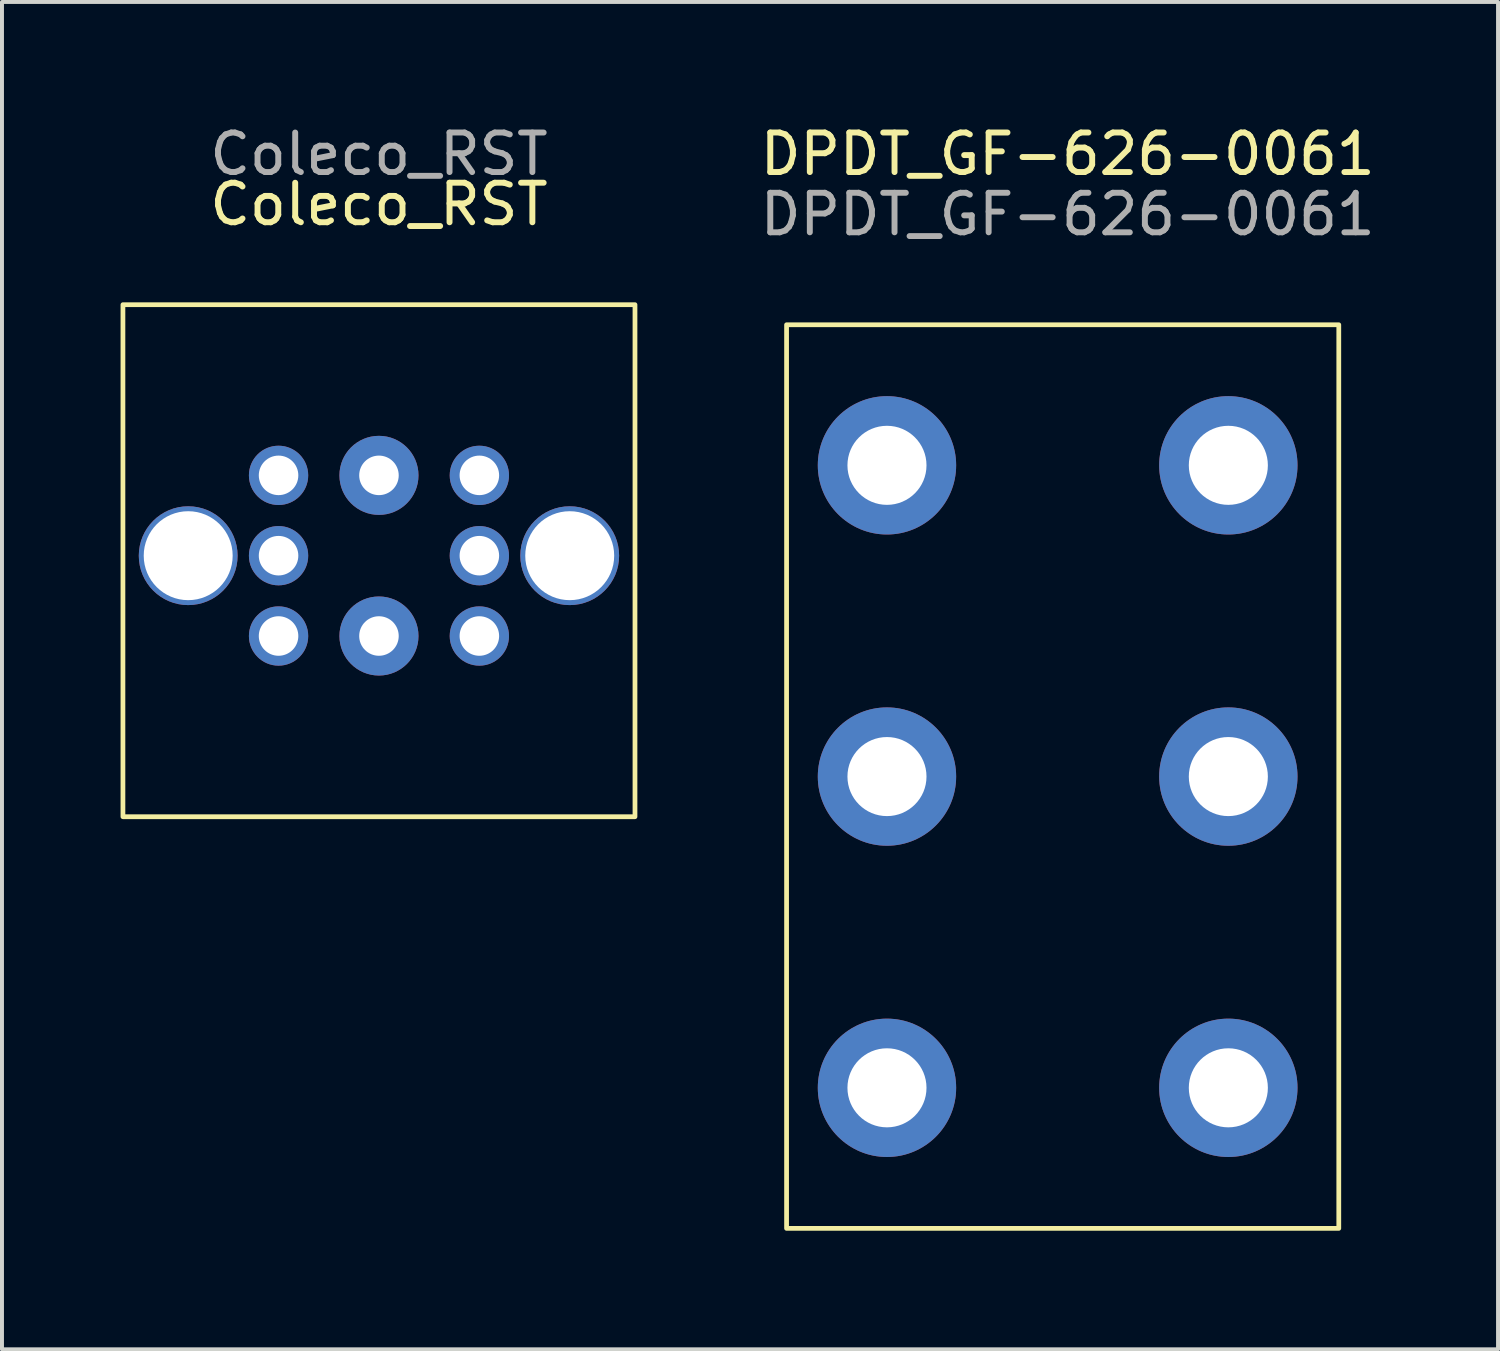
<source format=kicad_pcb>
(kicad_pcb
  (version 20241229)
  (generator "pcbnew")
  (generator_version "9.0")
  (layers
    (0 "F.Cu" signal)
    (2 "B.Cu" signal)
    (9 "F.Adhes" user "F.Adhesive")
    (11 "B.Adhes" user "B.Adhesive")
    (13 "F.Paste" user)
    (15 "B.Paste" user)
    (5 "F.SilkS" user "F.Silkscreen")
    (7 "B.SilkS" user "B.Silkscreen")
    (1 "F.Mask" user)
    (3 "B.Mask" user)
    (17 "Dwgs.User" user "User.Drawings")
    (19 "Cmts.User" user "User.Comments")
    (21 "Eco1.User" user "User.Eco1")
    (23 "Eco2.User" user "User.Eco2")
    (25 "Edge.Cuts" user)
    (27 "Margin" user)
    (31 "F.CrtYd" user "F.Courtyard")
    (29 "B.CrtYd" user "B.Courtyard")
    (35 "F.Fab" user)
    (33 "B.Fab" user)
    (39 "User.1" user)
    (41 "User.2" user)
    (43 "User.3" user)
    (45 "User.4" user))
  (footprint "DPDT_GF-626-0061"
    (layer "F.Cu")
    (at 23.707 5.166)
    (property "Reference" "DPDT_GF-626-0061" (at 0.254 -4.318 0) (unlocked yes) (layer "F.SilkS") (effects (font (size 1 1) (thickness 0.15))))
    (attr through_hole)
    (fp_rect (start -6.858 0) (end 7.112 22.86) (stroke (width 0.12) (type solid)) (fill no) (layer "F.SilkS"))
    (fp_text user "${REFERENCE}" (at 0.254 -2.794 0) (unlocked yes) (layer "F.Fab") (effects (font (size 1 1) (thickness 0.15))))
    (pad "1" thru_hole circle (at -4.318 3.556) (size 3.5 3.5) (drill 2) (layers "*.Cu" "*.Mask"))
    (pad "2" thru_hole circle (at -4.318 11.43) (size 3.5 3.5) (drill 2) (layers "*.Cu" "*.Mask"))
    (pad "3" thru_hole circle (at -4.318 19.304) (size 3.5 3.5) (drill 2) (layers "*.Cu" "*.Mask"))
    (pad "4" thru_hole circle (at 4.318 3.556) (size 3.5 3.5) (drill 2) (layers "*.Cu" "*.Mask"))
    (pad "5" thru_hole circle (at 4.318 11.43) (size 3.5 3.5) (drill 2) (layers "*.Cu" "*.Mask"))
    (pad "6" thru_hole circle (at 4.318 19.304) (size 3.5 3.5) (drill 2) (layers "*.Cu" "*.Mask")))
  (footprint "Coleco_RST"
    (layer "F.Cu")
    (at 6.537 4.658)
    (property "Reference" "Coleco_RST" (at 0 -2.54 0) (unlocked yes) (layer "F.SilkS") (effects (font (size 1 1) (thickness 0.15))))
    (attr through_hole)
    (fp_rect (start -6.477 0) (end 6.477 12.954) (stroke (width 0.12) (type solid)) (fill no) (layer "F.SilkS"))
    (fp_text user "${REFERENCE}" (at 0 -3.81 0) (unlocked yes) (layer "F.Fab") (effects (font (size 1 1) (thickness 0.15))))
    (pad "1" thru_hole circle (at -2.54 4.318) (size 1.5 1.5) (drill 1) (layers "*.Cu" "*.Mask"))
    (pad "1" thru_hole circle (at 0 4.318) (size 2 2) (drill 1) (layers "*.Cu" "*.Mask"))
    (pad "1" thru_hole circle (at 2.54 4.318) (size 1.5 1.5) (drill 1) (layers "*.Cu" "*.Mask"))
    (pad "2" thru_hole circle (at -2.54 6.35) (size 1.5 1.5) (drill 1) (layers "*.Cu" "*.Mask"))
    (pad "2" thru_hole circle (at 0 8.382) (size 2 2) (drill 1) (layers "*.Cu" "*.Mask"))
    (pad "2" thru_hole circle (at 2.54 6.35) (size 1.5 1.5) (drill 1) (layers "*.Cu" "*.Mask"))
    (pad "3" thru_hole circle (at -2.54 8.382) (size 1.5 1.5) (drill 1) (layers "*.Cu" "*.Mask"))
    (pad "3" thru_hole circle (at 2.54 8.382) (size 1.5 1.5) (drill 1) (layers "*.Cu" "*.Mask"))
    (pad "NA" thru_hole circle (at -4.826 6.35) (size 2.5 2.5) (drill 2.25) (layers "*.Cu" "*.Mask"))
    (pad "NA" thru_hole circle (at 4.826 6.35) (size 2.5 2.5) (drill 2.25) (layers "*.Cu" "*.Mask")))
  (gr_rect
    (start -3 -3)
    (end 34.848 31.086)
    (stroke (width 0.1) (type default))
    (fill no)
    (layer "Edge.Cuts")))
</source>
